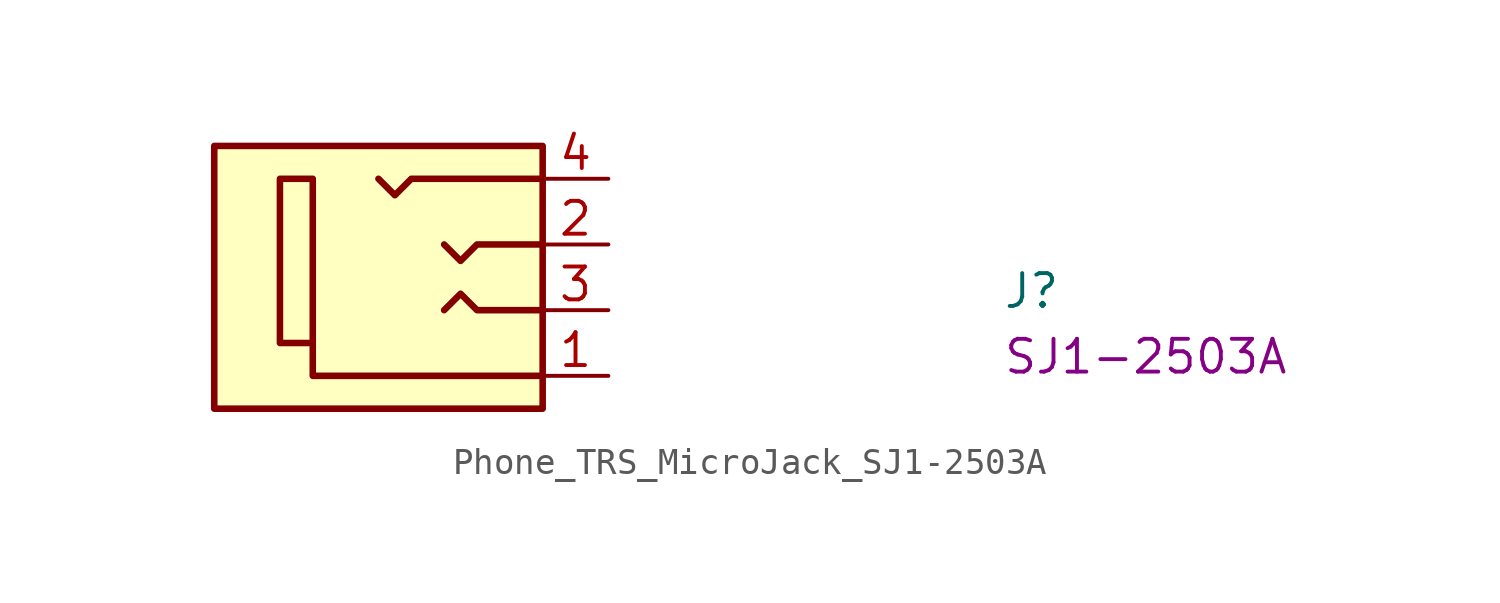
<source format=kicad_sym>
(kicad_symbol_lib
  (version 20220914)
  (generator kicad_symbol_editor)
  (symbol "Phone_TRS_MicroJack_SJ1-2503A"
    (property "Reference" "J"
      (at 15.24 -5.08 0)
      (effects (font (size 1.27 1.27) (thickness 0.15)) (justify left bottom)))
    (property "MPN" "SJ1-2503A"
      (at 15.24 -7.62 0)
      (effects (font (size 1.27 1.27) (thickness 0.15)) (justify left bottom)))
    (symbol "Phone_TRS_MicroJack_SJ1-2503A_1_1"
      (rectangle (start -2.54 1.27) (end -15.24 -8.89) (stroke (width 0.254) (type default)) (fill (type background)))
      (polyline (pts (xy -2.54 -5.08) (xy -5.08 -5.08) (xy -5.715 -4.445) (xy -6.35 -5.08)) (stroke (width 0.254) (type default)) (fill (type background)))
      (polyline (pts (xy -2.54 -2.54) (xy -5.08 -2.54) (xy -5.715 -3.175) (xy -6.35 -2.54)) (stroke (width 0.254) (type default)) (fill (type background)))
      (polyline (pts (xy -2.54 0) (xy -7.62 0) (xy -8.255 -0.635) (xy -8.89 0)) (stroke (width 0.254) (type default)) (fill (type background)))
      (polyline (pts (xy -2.54 -7.62) (xy -11.43 -7.62) (xy -11.43 0) (xy -12.7 0) (xy -12.7 -6.35) (xy -11.43 -6.35)) (stroke (width 0.254) (type default)) (fill (type background)))
      (pin passive line (at 0 -7.62 180) (length 2.54) (name "~" (effects (font (size 1.27 1.27)))) (number "1" (effects (font (size 1.27 1.27)))))
      (pin passive line (at 0 -2.54 180) (length 2.54) (name "~" (effects (font (size 1.27 1.27)))) (number "2" (effects (font (size 1.27 1.27)))))
      (pin passive line (at 0 -5.08 180) (length 2.54) (name "~" (effects (font (size 1.27 1.27)))) (number "3" (effects (font (size 1.27 1.27)))))
      (pin passive line (at 0 0 180) (length 2.54) (name "~" (effects (font (size 1.27 1.27)))) (number "4" (effects (font (size 1.27 1.27))))))))
</source>
